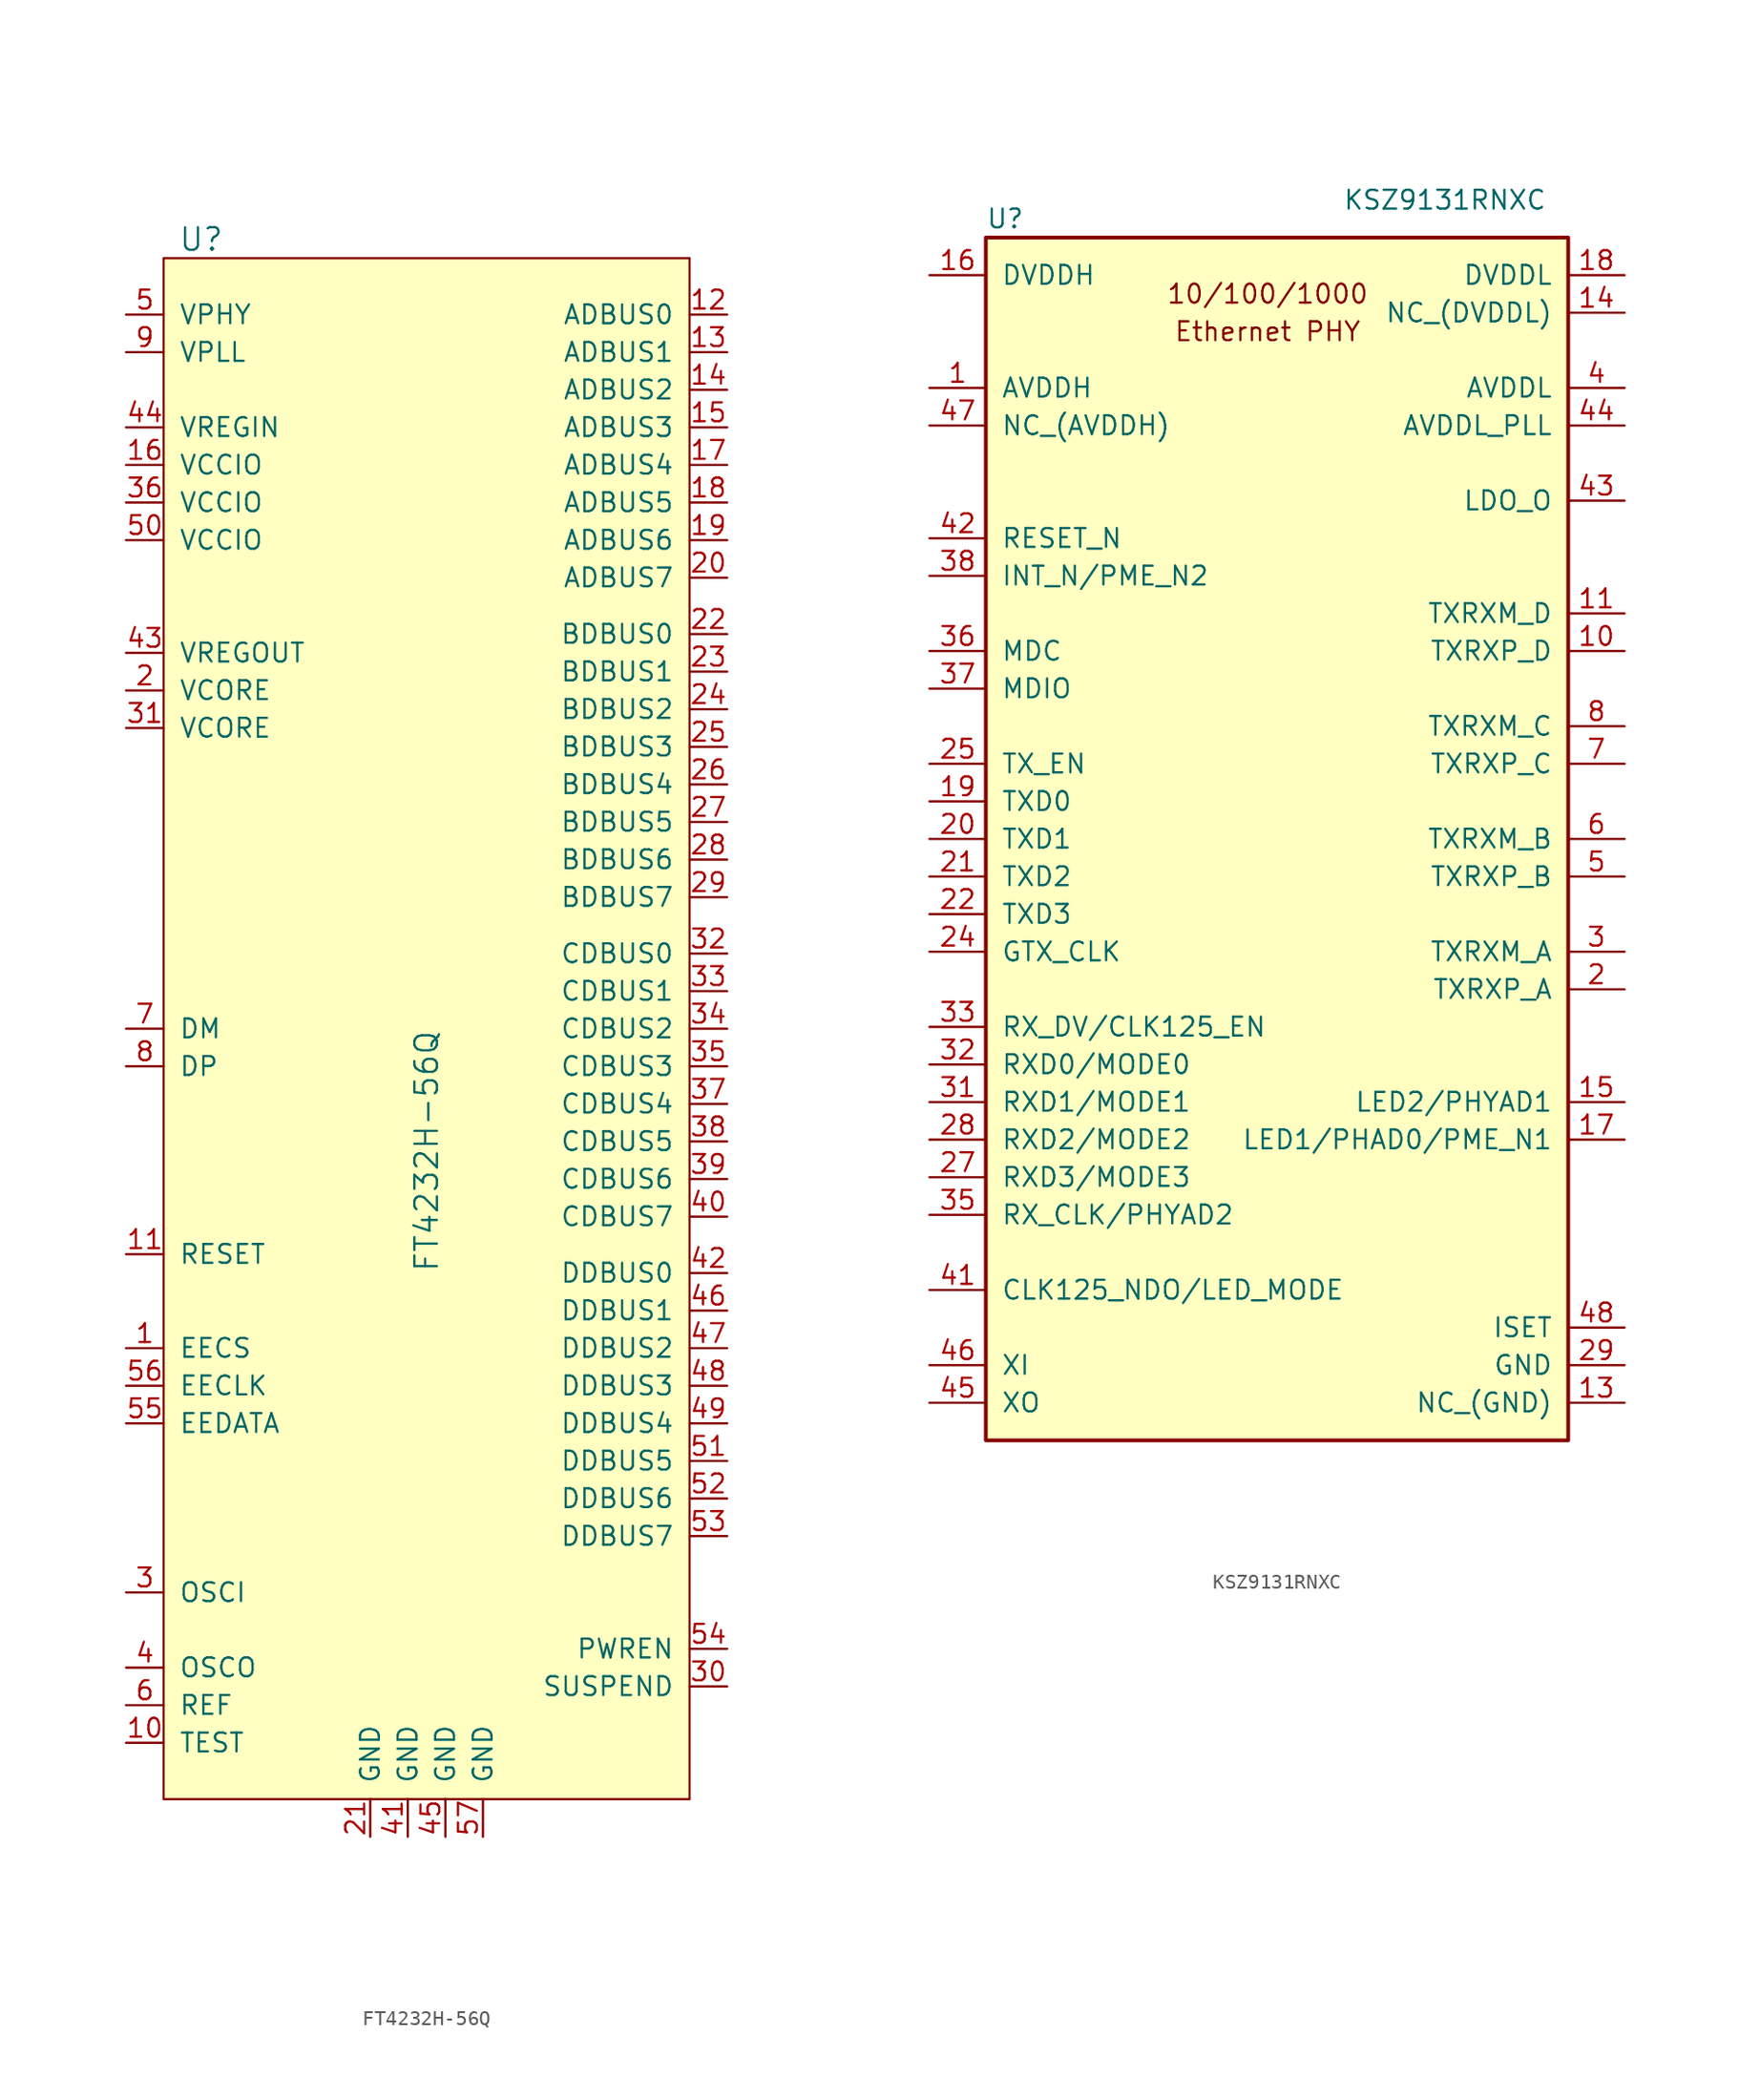
<source format=kicad_sym>
(kicad_symbol_lib
  (version 20211014)
  (generator kicad_symbol_editor)
  (symbol "FT4232H-56Q"
    (pin_names
      (offset 1.016))
    (property "Reference" "U"
      (at -15.24 59.69 0)
      (effects (font (size 1.524 1.524))))
    (property "Value" "FT4232H-56Q"
      (at 0 -10.16 90)
      (effects (font (size 1.524 1.524)) (justify left)))
    (symbol "FT4232H-56Q_0_1"
      (rectangle (start -17.78 58.42) (end 17.78 -45.72) (stroke (width 0) (type default) (color 0 0 0 0)) (fill (type background))))
    (symbol "FT4232H-56Q_1_1"
      (pin bidirectional line (at -20.32 -15.24 0) (length 2.54) (name "EECS" (effects (font (size 1.27 1.27)))) (number "1" (effects (font (size 1.27 1.27)))))
      (pin input line (at -20.32 -41.91 0) (length 2.54) (name "TEST" (effects (font (size 1.27 1.27)))) (number "10" (effects (font (size 1.27 1.27)))))
      (pin input line (at -20.32 -8.89 0) (length 2.54) (name "RESET" (effects (font (size 1.27 1.27)))) (number "11" (effects (font (size 1.27 1.27)))))
      (pin bidirectional line (at 20.32 54.61 180) (length 2.54) (name "ADBUS0" (effects (font (size 1.27 1.27)))) (number "12" (effects (font (size 1.27 1.27)))))
      (pin bidirectional line (at 20.32 52.07 180) (length 2.54) (name "ADBUS1" (effects (font (size 1.27 1.27)))) (number "13" (effects (font (size 1.27 1.27)))))
      (pin bidirectional line (at 20.32 49.53 180) (length 2.54) (name "ADBUS2" (effects (font (size 1.27 1.27)))) (number "14" (effects (font (size 1.27 1.27)))))
      (pin bidirectional line (at 20.32 46.99 180) (length 2.54) (name "ADBUS3" (effects (font (size 1.27 1.27)))) (number "15" (effects (font (size 1.27 1.27)))))
      (pin power_in line (at -20.32 44.45 0) (length 2.54) (name "VCCIO" (effects (font (size 1.27 1.27)))) (number "16" (effects (font (size 1.27 1.27)))))
      (pin bidirectional line (at 20.32 44.45 180) (length 2.54) (name "ADBUS4" (effects (font (size 1.27 1.27)))) (number "17" (effects (font (size 1.27 1.27)))))
      (pin bidirectional line (at 20.32 41.91 180) (length 2.54) (name "ADBUS5" (effects (font (size 1.27 1.27)))) (number "18" (effects (font (size 1.27 1.27)))))
      (pin bidirectional line (at 20.32 39.37 180) (length 2.54) (name "ADBUS6" (effects (font (size 1.27 1.27)))) (number "19" (effects (font (size 1.27 1.27)))))
      (pin power_in line (at -20.32 29.21 0) (length 2.54) (name "VCORE" (effects (font (size 1.27 1.27)))) (number "2" (effects (font (size 1.27 1.27)))))
      (pin bidirectional line (at 20.32 36.83 180) (length 2.54) (name "ADBUS7" (effects (font (size 1.27 1.27)))) (number "20" (effects (font (size 1.27 1.27)))))
      (pin power_in line (at -3.81 -48.26 90) (length 2.54) (name "GND" (effects (font (size 1.27 1.27)))) (number "21" (effects (font (size 1.27 1.27)))))
      (pin bidirectional line (at 20.32 33.02 180) (length 2.54) (name "BDBUS0" (effects (font (size 1.27 1.27)))) (number "22" (effects (font (size 1.27 1.27)))))
      (pin bidirectional line (at 20.32 30.48 180) (length 2.54) (name "BDBUS1" (effects (font (size 1.27 1.27)))) (number "23" (effects (font (size 1.27 1.27)))))
      (pin bidirectional line (at 20.32 27.94 180) (length 2.54) (name "BDBUS2" (effects (font (size 1.27 1.27)))) (number "24" (effects (font (size 1.27 1.27)))))
      (pin bidirectional line (at 20.32 25.4 180) (length 2.54) (name "BDBUS3" (effects (font (size 1.27 1.27)))) (number "25" (effects (font (size 1.27 1.27)))))
      (pin bidirectional line (at 20.32 22.86 180) (length 2.54) (name "BDBUS4" (effects (font (size 1.27 1.27)))) (number "26" (effects (font (size 1.27 1.27)))))
      (pin bidirectional line (at 20.32 20.32 180) (length 2.54) (name "BDBUS5" (effects (font (size 1.27 1.27)))) (number "27" (effects (font (size 1.27 1.27)))))
      (pin bidirectional line (at 20.32 17.78 180) (length 2.54) (name "BDBUS6" (effects (font (size 1.27 1.27)))) (number "28" (effects (font (size 1.27 1.27)))))
      (pin bidirectional line (at 20.32 15.24 180) (length 2.54) (name "BDBUS7" (effects (font (size 1.27 1.27)))) (number "29" (effects (font (size 1.27 1.27)))))
      (pin input line (at -20.32 -31.75 0) (length 2.54) (name "OSCI" (effects (font (size 1.27 1.27)))) (number "3" (effects (font (size 1.27 1.27)))))
      (pin output line (at 20.32 -38.1 180) (length 2.54) (name "SUSPEND" (effects (font (size 1.27 1.27)))) (number "30" (effects (font (size 1.27 1.27)))))
      (pin power_in line (at -20.32 26.67 0) (length 2.54) (name "VCORE" (effects (font (size 1.27 1.27)))) (number "31" (effects (font (size 1.27 1.27)))))
      (pin bidirectional line (at 20.32 11.43 180) (length 2.54) (name "CDBUS0" (effects (font (size 1.27 1.27)))) (number "32" (effects (font (size 1.27 1.27)))))
      (pin bidirectional line (at 20.32 8.89 180) (length 2.54) (name "CDBUS1" (effects (font (size 1.27 1.27)))) (number "33" (effects (font (size 1.27 1.27)))))
      (pin bidirectional line (at 20.32 6.35 180) (length 2.54) (name "CDBUS2" (effects (font (size 1.27 1.27)))) (number "34" (effects (font (size 1.27 1.27)))))
      (pin bidirectional line (at 20.32 3.81 180) (length 2.54) (name "CDBUS3" (effects (font (size 1.27 1.27)))) (number "35" (effects (font (size 1.27 1.27)))))
      (pin power_in line (at -20.32 41.91 0) (length 2.54) (name "VCCIO" (effects (font (size 1.27 1.27)))) (number "36" (effects (font (size 1.27 1.27)))))
      (pin bidirectional line (at 20.32 1.27 180) (length 2.54) (name "CDBUS4" (effects (font (size 1.27 1.27)))) (number "37" (effects (font (size 1.27 1.27)))))
      (pin bidirectional line (at 20.32 -1.27 180) (length 2.54) (name "CDBUS5" (effects (font (size 1.27 1.27)))) (number "38" (effects (font (size 1.27 1.27)))))
      (pin bidirectional line (at 20.32 -3.81 180) (length 2.54) (name "CDBUS6" (effects (font (size 1.27 1.27)))) (number "39" (effects (font (size 1.27 1.27)))))
      (pin output line (at -20.32 -36.83 0) (length 2.54) (name "OSCO" (effects (font (size 1.27 1.27)))) (number "4" (effects (font (size 1.27 1.27)))))
      (pin bidirectional line (at 20.32 -6.35 180) (length 2.54) (name "CDBUS7" (effects (font (size 1.27 1.27)))) (number "40" (effects (font (size 1.27 1.27)))))
      (pin power_in line (at -1.27 -48.26 90) (length 2.54) (name "GND" (effects (font (size 1.27 1.27)))) (number "41" (effects (font (size 1.27 1.27)))))
      (pin bidirectional line (at 20.32 -10.16 180) (length 2.54) (name "DDBUS0" (effects (font (size 1.27 1.27)))) (number "42" (effects (font (size 1.27 1.27)))))
      (pin power_out line (at -20.32 31.75 0) (length 2.54) (name "VREGOUT" (effects (font (size 1.27 1.27)))) (number "43" (effects (font (size 1.27 1.27)))))
      (pin power_in line (at -20.32 46.99 0) (length 2.54) (name "VREGIN" (effects (font (size 1.27 1.27)))) (number "44" (effects (font (size 1.27 1.27)))))
      (pin power_in line (at 1.27 -48.26 90) (length 2.54) (name "GND" (effects (font (size 1.27 1.27)))) (number "45" (effects (font (size 1.27 1.27)))))
      (pin bidirectional line (at 20.32 -12.7 180) (length 2.54) (name "DDBUS1" (effects (font (size 1.27 1.27)))) (number "46" (effects (font (size 1.27 1.27)))))
      (pin bidirectional line (at 20.32 -15.24 180) (length 2.54) (name "DDBUS2" (effects (font (size 1.27 1.27)))) (number "47" (effects (font (size 1.27 1.27)))))
      (pin bidirectional line (at 20.32 -17.78 180) (length 2.54) (name "DDBUS3" (effects (font (size 1.27 1.27)))) (number "48" (effects (font (size 1.27 1.27)))))
      (pin bidirectional line (at 20.32 -20.32 180) (length 2.54) (name "DDBUS4" (effects (font (size 1.27 1.27)))) (number "49" (effects (font (size 1.27 1.27)))))
      (pin power_in line (at -20.32 54.61 0) (length 2.54) (name "VPHY" (effects (font (size 1.27 1.27)))) (number "5" (effects (font (size 1.27 1.27)))))
      (pin power_in line (at -20.32 39.37 0) (length 2.54) (name "VCCIO" (effects (font (size 1.27 1.27)))) (number "50" (effects (font (size 1.27 1.27)))))
      (pin bidirectional line (at 20.32 -22.86 180) (length 2.54) (name "DDBUS5" (effects (font (size 1.27 1.27)))) (number "51" (effects (font (size 1.27 1.27)))))
      (pin bidirectional line (at 20.32 -25.4 180) (length 2.54) (name "DDBUS6" (effects (font (size 1.27 1.27)))) (number "52" (effects (font (size 1.27 1.27)))))
      (pin bidirectional line (at 20.32 -27.94 180) (length 2.54) (name "DDBUS7" (effects (font (size 1.27 1.27)))) (number "53" (effects (font (size 1.27 1.27)))))
      (pin output line (at 20.32 -35.56 180) (length 2.54) (name "PWREN" (effects (font (size 1.27 1.27)))) (number "54" (effects (font (size 1.27 1.27)))))
      (pin bidirectional line (at -20.32 -20.32 0) (length 2.54) (name "EEDATA" (effects (font (size 1.27 1.27)))) (number "55" (effects (font (size 1.27 1.27)))))
      (pin output line (at -20.32 -17.78 0) (length 2.54) (name "EECLK" (effects (font (size 1.27 1.27)))) (number "56" (effects (font (size 1.27 1.27)))))
      (pin power_in line (at 3.81 -48.26 90) (length 2.54) (name "GND" (effects (font (size 1.27 1.27)))) (number "57" (effects (font (size 1.27 1.27)))))
      (pin input line (at -20.32 -39.37 0) (length 2.54) (name "REF" (effects (font (size 1.27 1.27)))) (number "6" (effects (font (size 1.27 1.27)))))
      (pin bidirectional line (at -20.32 6.35 0) (length 2.54) (name "DM" (effects (font (size 1.27 1.27)))) (number "7" (effects (font (size 1.27 1.27)))))
      (pin bidirectional line (at -20.32 3.81 0) (length 2.54) (name "DP" (effects (font (size 1.27 1.27)))) (number "8" (effects (font (size 1.27 1.27)))))
      (pin power_in line (at -20.32 52.07 0) (length 2.54) (name "VPLL" (effects (font (size 1.27 1.27)))) (number "9" (effects (font (size 1.27 1.27)))))))
  (symbol "KSZ9131RNXC"
    (pin_names
      (offset 1.016))
    (property "Reference" "U"
      (at 0 1.27 0)
      (effects (font (size 1.27 1.27)) (justify left)))
    (property "Value" "KSZ9131RNXC"
      (at 24.13 2.54 0)
      (effects (font (size 1.27 1.27)) (justify left)))
    (symbol "KSZ9131RNXC_1_1"
      (rectangle (start 0 0) (end 39.37 -81.28) (stroke (width 0.254) (type default) (color 0 0 0 0)) (fill (type background)))
      (text "10/100/1000" (at 19.05 -3.81 0) (effects (font (size 1.27 1.27))))
      (text "Ethernet PHY" (at 19.05 -6.35 0) (effects (font (size 1.27 1.27))))
      (pin power_in line (at -3.81 -10.16 0) (length 3.81) (name "AVDDH" (effects (font (size 1.27 1.27)))) (number "1" (effects (font (size 1.27 1.27)))))
      (pin input line (at 43.18 -27.94 180) (length 3.81) (name "TXRXP_D" (effects (font (size 1.27 1.27)))) (number "10" (effects (font (size 1.27 1.27)))))
      (pin input line (at 43.18 -25.4 180) (length 3.81) (name "TXRXM_D" (effects (font (size 1.27 1.27)))) (number "11" (effects (font (size 1.27 1.27)))))
      (pin passive line (at -3.81 -10.16 0) (length 3.81) hide (name "AVDDH" (effects (font (size 1.27 1.27)))) (number "12" (effects (font (size 1.27 1.27)))))
      (pin passive line (at 43.18 -78.74 180) (length 3.81) (name "NC_(GND)" (effects (font (size 1.27 1.27)))) (number "13" (effects (font (size 1.27 1.27)))))
      (pin passive line (at 43.18 -5.08 180) (length 3.81) (name "NC_(DVDDL)" (effects (font (size 1.27 1.27)))) (number "14" (effects (font (size 1.27 1.27)))))
      (pin bidirectional line (at 43.18 -58.42 180) (length 3.81) (name "LED2/PHYAD1" (effects (font (size 1.27 1.27)))) (number "15" (effects (font (size 1.27 1.27)))))
      (pin power_in line (at -3.81 -2.54 0) (length 3.81) (name "DVDDH" (effects (font (size 1.27 1.27)))) (number "16" (effects (font (size 1.27 1.27)))))
      (pin bidirectional line (at 43.18 -60.96 180) (length 3.81) (name "LED1/PHAD0/PME_N1" (effects (font (size 1.27 1.27)))) (number "17" (effects (font (size 1.27 1.27)))))
      (pin power_in line (at 43.18 -2.54 180) (length 3.81) (name "DVDDL" (effects (font (size 1.27 1.27)))) (number "18" (effects (font (size 1.27 1.27)))))
      (pin input line (at -3.81 -38.1 0) (length 3.81) (name "TXD0" (effects (font (size 1.27 1.27)))) (number "19" (effects (font (size 1.27 1.27)))))
      (pin input line (at 43.18 -50.8 180) (length 3.81) (name "TXRXP_A" (effects (font (size 1.27 1.27)))) (number "2" (effects (font (size 1.27 1.27)))))
      (pin input line (at -3.81 -40.64 0) (length 3.81) (name "TXD1" (effects (font (size 1.27 1.27)))) (number "20" (effects (font (size 1.27 1.27)))))
      (pin input line (at -3.81 -43.18 0) (length 3.81) (name "TXD2" (effects (font (size 1.27 1.27)))) (number "21" (effects (font (size 1.27 1.27)))))
      (pin input line (at -3.81 -45.72 0) (length 3.81) (name "TXD3" (effects (font (size 1.27 1.27)))) (number "22" (effects (font (size 1.27 1.27)))))
      (pin passive line (at 43.18 -2.54 180) (length 3.81) hide (name "DVDDL" (effects (font (size 1.27 1.27)))) (number "23" (effects (font (size 1.27 1.27)))))
      (pin input line (at -3.81 -48.26 0) (length 3.81) (name "GTX_CLK" (effects (font (size 1.27 1.27)))) (number "24" (effects (font (size 1.27 1.27)))))
      (pin input line (at -3.81 -35.56 0) (length 3.81) (name "TX_EN" (effects (font (size 1.27 1.27)))) (number "25" (effects (font (size 1.27 1.27)))))
      (pin passive line (at 43.18 -2.54 180) (length 3.81) hide (name "DVDDL" (effects (font (size 1.27 1.27)))) (number "26" (effects (font (size 1.27 1.27)))))
      (pin input line (at -3.81 -63.5 0) (length 3.81) (name "RXD3/MODE3" (effects (font (size 1.27 1.27)))) (number "27" (effects (font (size 1.27 1.27)))))
      (pin input line (at -3.81 -60.96 0) (length 3.81) (name "RXD2/MODE2" (effects (font (size 1.27 1.27)))) (number "28" (effects (font (size 1.27 1.27)))))
      (pin power_out line (at 43.18 -76.2 180) (length 3.81) (name "GND" (effects (font (size 1.27 1.27)))) (number "29" (effects (font (size 1.27 1.27)))))
      (pin input line (at 43.18 -48.26 180) (length 3.81) (name "TXRXM_A" (effects (font (size 1.27 1.27)))) (number "3" (effects (font (size 1.27 1.27)))))
      (pin passive line (at 43.18 -2.54 180) (length 3.81) hide (name "DVDDL" (effects (font (size 1.27 1.27)))) (number "30" (effects (font (size 1.27 1.27)))))
      (pin input line (at -3.81 -58.42 0) (length 3.81) (name "RXD1/MODE1" (effects (font (size 1.27 1.27)))) (number "31" (effects (font (size 1.27 1.27)))))
      (pin input line (at -3.81 -55.88 0) (length 3.81) (name "RXD0/MODE0" (effects (font (size 1.27 1.27)))) (number "32" (effects (font (size 1.27 1.27)))))
      (pin input line (at -3.81 -53.34 0) (length 3.81) (name "RX_DV/CLK125_EN" (effects (font (size 1.27 1.27)))) (number "33" (effects (font (size 1.27 1.27)))))
      (pin passive line (at -3.81 -2.54 0) (length 3.81) hide (name "DVDDH" (effects (font (size 1.27 1.27)))) (number "34" (effects (font (size 1.27 1.27)))))
      (pin input line (at -3.81 -66.04 0) (length 3.81) (name "RX_CLK/PHYAD2" (effects (font (size 1.27 1.27)))) (number "35" (effects (font (size 1.27 1.27)))))
      (pin input line (at -3.81 -27.94 0) (length 3.81) (name "MDC" (effects (font (size 1.27 1.27)))) (number "36" (effects (font (size 1.27 1.27)))))
      (pin input line (at -3.81 -30.48 0) (length 3.81) (name "MDIO" (effects (font (size 1.27 1.27)))) (number "37" (effects (font (size 1.27 1.27)))))
      (pin input line (at -3.81 -22.86 0) (length 3.81) (name "INT_N/PME_N2" (effects (font (size 1.27 1.27)))) (number "38" (effects (font (size 1.27 1.27)))))
      (pin passive line (at 43.18 -2.54 180) (length 3.81) hide (name "DVDDL" (effects (font (size 1.27 1.27)))) (number "39" (effects (font (size 1.27 1.27)))))
      (pin power_in line (at 43.18 -10.16 180) (length 3.81) (name "AVDDL" (effects (font (size 1.27 1.27)))) (number "4" (effects (font (size 1.27 1.27)))))
      (pin passive line (at -3.81 -2.54 0) (length 3.81) hide (name "DVDDH" (effects (font (size 1.27 1.27)))) (number "40" (effects (font (size 1.27 1.27)))))
      (pin input line (at -3.81 -71.12 0) (length 3.81) (name "CLK125_NDO/LED_MODE" (effects (font (size 1.27 1.27)))) (number "41" (effects (font (size 1.27 1.27)))))
      (pin input line (at -3.81 -20.32 0) (length 3.81) (name "RESET_N" (effects (font (size 1.27 1.27)))) (number "42" (effects (font (size 1.27 1.27)))))
      (pin input line (at 43.18 -17.78 180) (length 3.81) (name "LDO_O" (effects (font (size 1.27 1.27)))) (number "43" (effects (font (size 1.27 1.27)))))
      (pin power_in line (at 43.18 -12.7 180) (length 3.81) (name "AVDDL_PLL" (effects (font (size 1.27 1.27)))) (number "44" (effects (font (size 1.27 1.27)))))
      (pin input line (at -3.81 -78.74 0) (length 3.81) (name "XO" (effects (font (size 1.27 1.27)))) (number "45" (effects (font (size 1.27 1.27)))))
      (pin input line (at -3.81 -76.2 0) (length 3.81) (name "XI" (effects (font (size 1.27 1.27)))) (number "46" (effects (font (size 1.27 1.27)))))
      (pin passive line (at -3.81 -12.7 0) (length 3.81) (name "NC_(AVDDH)" (effects (font (size 1.27 1.27)))) (number "47" (effects (font (size 1.27 1.27)))))
      (pin output line (at 43.18 -73.66 180) (length 3.81) (name "ISET" (effects (font (size 1.27 1.27)))) (number "48" (effects (font (size 1.27 1.27)))))
      (pin passive line (at 43.18 -76.2 180) (length 3.81) hide (name "GND" (effects (font (size 1.27 1.27)))) (number "49" (effects (font (size 1.27 1.27)))))
      (pin input line (at 43.18 -43.18 180) (length 3.81) (name "TXRXP_B" (effects (font (size 1.27 1.27)))) (number "5" (effects (font (size 1.27 1.27)))))
      (pin input line (at 43.18 -40.64 180) (length 3.81) (name "TXRXM_B" (effects (font (size 1.27 1.27)))) (number "6" (effects (font (size 1.27 1.27)))))
      (pin input line (at 43.18 -35.56 180) (length 3.81) (name "TXRXP_C" (effects (font (size 1.27 1.27)))) (number "7" (effects (font (size 1.27 1.27)))))
      (pin input line (at 43.18 -33.02 180) (length 3.81) (name "TXRXM_C" (effects (font (size 1.27 1.27)))) (number "8" (effects (font (size 1.27 1.27)))))
      (pin passive line (at 43.18 -10.16 180) (length 3.81) hide (name "AVDDL" (effects (font (size 1.27 1.27)))) (number "9" (effects (font (size 1.27 1.27))))))))
</source>
